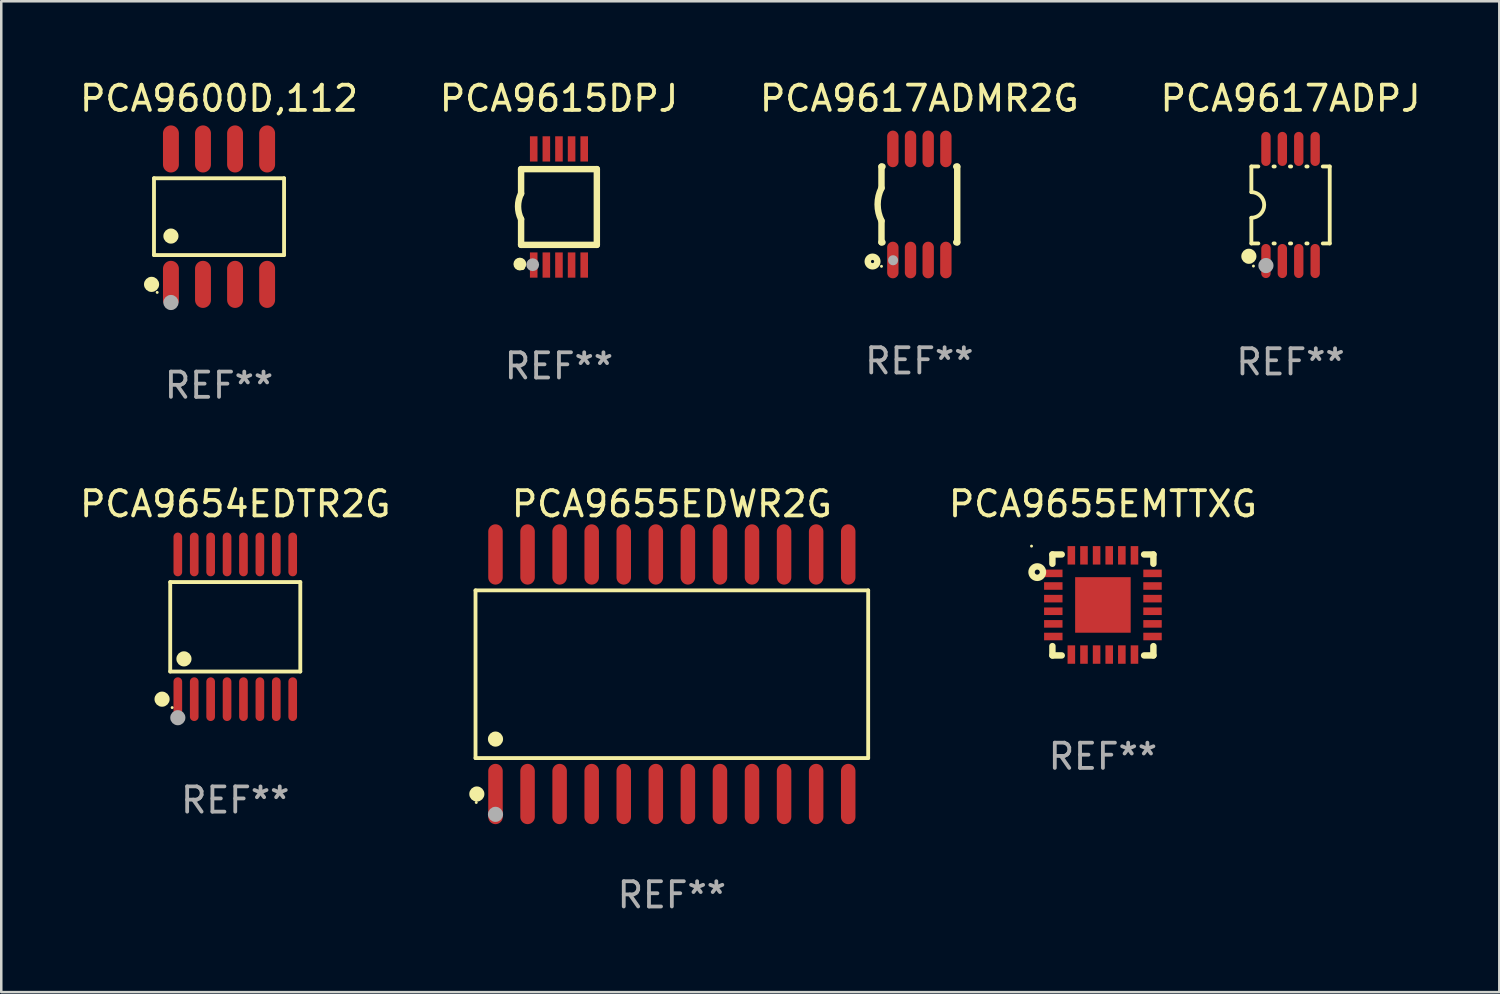
<source format=kicad_pcb>
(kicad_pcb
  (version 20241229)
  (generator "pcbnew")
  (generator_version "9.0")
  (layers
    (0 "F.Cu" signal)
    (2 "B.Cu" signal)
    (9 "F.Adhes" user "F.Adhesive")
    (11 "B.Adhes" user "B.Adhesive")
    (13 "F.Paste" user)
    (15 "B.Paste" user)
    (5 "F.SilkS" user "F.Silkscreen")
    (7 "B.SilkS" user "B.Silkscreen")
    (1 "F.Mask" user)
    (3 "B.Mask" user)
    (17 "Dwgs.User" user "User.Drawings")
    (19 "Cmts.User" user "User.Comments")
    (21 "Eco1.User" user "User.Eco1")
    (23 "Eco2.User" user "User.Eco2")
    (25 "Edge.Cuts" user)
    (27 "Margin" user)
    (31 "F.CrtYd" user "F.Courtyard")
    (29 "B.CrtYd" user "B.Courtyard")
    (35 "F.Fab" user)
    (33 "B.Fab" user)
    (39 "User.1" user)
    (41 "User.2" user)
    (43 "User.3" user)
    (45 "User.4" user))
  (footprint "PCA9600D,112"
    (layer "F.Cu")
    (at 5.625 5.531)
    (property "Reference" "PCA9600D,112" (at 0 -4.682 0) (layer "F.SilkS") (effects (font (size 1 1) (thickness 0.15))))
    (attr through_hole)
    (fp_line (start -2.576 -1.521) (end 2.576 -1.521) (stroke (width 0.152) (type solid)) (layer "F.SilkS"))
    (fp_line (start -2.576 1.521) (end -2.576 -1.521) (stroke (width 0.152) (type solid)) (layer "F.SilkS"))
    (fp_line (start 2.576 -1.521) (end 2.576 1.521) (stroke (width 0.152) (type solid)) (layer "F.SilkS"))
    (fp_line (start 2.576 1.521) (end -2.576 1.521) (stroke (width 0.152) (type solid)) (layer "F.SilkS"))
    (fp_circle (center -2.672 2.682) (end -2.522 2.682) (stroke (width 0.3) (type solid)) (fill no) (layer "F.SilkS"))
    (fp_circle (center -2.45 3) (end -2.42 3) (stroke (width 0.06) (type solid)) (fill no) (layer "F.SilkS"))
    (fp_circle (center -1.905 0.769) (end -1.755 0.769) (stroke (width 0.3) (type solid)) (fill no) (layer "F.SilkS"))
    (fp_circle (center -1.905 3.4) (end -1.755 3.4) (stroke (width 0.3) (type solid)) (fill no) (layer "F.Fab"))
    (fp_text user "REF**" (at 0 6.682 0) (layer "F.Fab") (effects (font (size 1 1) (thickness 0.15))))
    (pad "1" smd oval (at -1.905 2.682) (size 0.63 1.865) (layers "F.Cu" "F.Mask" "F.Paste"))
    (pad "2" smd oval (at -0.635 2.682) (size 0.63 1.865) (layers "F.Cu" "F.Mask" "F.Paste"))
    (pad "3" smd oval (at 0.635 2.682) (size 0.63 1.865) (layers "F.Cu" "F.Mask" "F.Paste"))
    (pad "4" smd oval (at 1.905 2.682) (size 0.63 1.865) (layers "F.Cu" "F.Mask" "F.Paste"))
    (pad "5" smd oval (at 1.905 -2.682) (size 0.63 1.865) (layers "F.Cu" "F.Mask" "F.Paste"))
    (pad "6" smd oval (at 0.635 -2.682) (size 0.63 1.865) (layers "F.Cu" "F.Mask" "F.Paste"))
    (pad "7" smd oval (at -0.635 -2.682) (size 0.63 1.865) (layers "F.Cu" "F.Mask" "F.Paste"))
    (pad "8" smd oval (at -1.905 -2.682) (size 0.63 1.865) (layers "F.Cu" "F.Mask" "F.Paste")))
  (footprint "PCA9654EDTR2G"
    (layer "F.Cu")
    (at 6.268 21.776)
    (property "Reference" "PCA9654EDTR2G" (at 0 -4.866 0) (layer "F.SilkS") (effects (font (size 1 1) (thickness 0.15))))
    (attr through_hole)
    (fp_line (start -2.576 -1.772) (end 2.576 -1.772) (stroke (width 0.152) (type solid)) (layer "F.SilkS"))
    (fp_line (start -2.576 1.771) (end -2.576 -1.772) (stroke (width 0.152) (type solid)) (layer "F.SilkS"))
    (fp_line (start 2.576 -1.772) (end 2.576 1.771) (stroke (width 0.152) (type solid)) (layer "F.SilkS"))
    (fp_line (start 2.576 1.771) (end -2.576 1.771) (stroke (width 0.152) (type solid)) (layer "F.SilkS"))
    (fp_circle (center -2.899 2.866) (end -2.749 2.866) (stroke (width 0.3) (type solid)) (fill no) (layer "F.SilkS"))
    (fp_circle (center -2.5 3.2) (end -2.47 3.2) (stroke (width 0.06) (type solid)) (fill no) (layer "F.SilkS"))
    (fp_circle (center -2.032 1.27) (end -1.882 1.27) (stroke (width 0.3) (type solid)) (fill no) (layer "F.SilkS"))
    (fp_circle (center -2.275 3.6) (end -2.125 3.6) (stroke (width 0.3) (type solid)) (fill no) (layer "F.Fab"))
    (fp_text user "REF**" (at 0 6.866 0) (layer "F.Fab") (effects (font (size 1 1) (thickness 0.15))))
    (pad "1" smd oval (at -2.275 2.866) (size 0.343 1.731) (layers "F.Cu" "F.Mask" "F.Paste"))
    (pad "2" smd oval (at -1.625 2.866) (size 0.343 1.731) (layers "F.Cu" "F.Mask" "F.Paste"))
    (pad "3" smd oval (at -0.975 2.866) (size 0.343 1.731) (layers "F.Cu" "F.Mask" "F.Paste"))
    (pad "4" smd oval (at -0.325 2.866) (size 0.343 1.731) (layers "F.Cu" "F.Mask" "F.Paste"))
    (pad "5" smd oval (at 0.325 2.866) (size 0.343 1.731) (layers "F.Cu" "F.Mask" "F.Paste"))
    (pad "6" smd oval (at 0.975 2.866) (size 0.343 1.731) (layers "F.Cu" "F.Mask" "F.Paste"))
    (pad "7" smd oval (at 1.625 2.866) (size 0.343 1.731) (layers "F.Cu" "F.Mask" "F.Paste"))
    (pad "8" smd oval (at 2.275 2.866) (size 0.343 1.731) (layers "F.Cu" "F.Mask" "F.Paste"))
    (pad "9" smd oval (at 2.275 -2.866) (size 0.343 1.731) (layers "F.Cu" "F.Mask" "F.Paste"))
    (pad "10" smd oval (at 1.625 -2.866) (size 0.343 1.731) (layers "F.Cu" "F.Mask" "F.Paste"))
    (pad "11" smd oval (at 0.975 -2.866) (size 0.343 1.731) (layers "F.Cu" "F.Mask" "F.Paste"))
    (pad "12" smd oval (at 0.325 -2.866) (size 0.343 1.731) (layers "F.Cu" "F.Mask" "F.Paste"))
    (pad "13" smd oval (at -0.325 -2.866) (size 0.343 1.731) (layers "F.Cu" "F.Mask" "F.Paste"))
    (pad "14" smd oval (at -0.975 -2.866) (size 0.343 1.731) (layers "F.Cu" "F.Mask" "F.Paste"))
    (pad "15" smd oval (at -1.625 -2.866) (size 0.343 1.731) (layers "F.Cu" "F.Mask" "F.Paste"))
    (pad "16" smd oval (at -2.275 -2.866) (size 0.343 1.731) (layers "F.Cu" "F.Mask" "F.Paste")))
  (footprint "PCA9655EDWR2G"
    (layer "F.Cu")
    (at 23.56 23.654)
    (property "Reference" "PCA9655EDWR2G" (at 0 -6.744 0) (layer "F.SilkS") (effects (font (size 1 1) (thickness 0.15))))
    (attr through_hole)
    (fp_line (start -7.776 -3.321) (end 7.776 -3.321) (stroke (width 0.152) (type solid)) (layer "F.SilkS"))
    (fp_line (start -7.776 3.321) (end -7.776 -3.321) (stroke (width 0.152) (type solid)) (layer "F.SilkS"))
    (fp_line (start 7.776 -3.321) (end 7.776 3.321) (stroke (width 0.152) (type solid)) (layer "F.SilkS"))
    (fp_line (start 7.776 3.321) (end -7.776 3.321) (stroke (width 0.152) (type solid)) (layer "F.SilkS"))
    (fp_circle (center -7.747 5.08) (end -7.717 5.08) (stroke (width 0.06) (type solid)) (fill no) (layer "F.SilkS"))
    (fp_circle (center -7.724 4.744) (end -7.574 4.744) (stroke (width 0.3) (type solid)) (fill no) (layer "F.SilkS"))
    (fp_circle (center -6.985 2.569) (end -6.835 2.569) (stroke (width 0.3) (type solid)) (fill no) (layer "F.SilkS"))
    (fp_circle (center -6.985 5.55) (end -6.835 5.55) (stroke (width 0.3) (type solid)) (fill no) (layer "F.Fab"))
    (fp_text user "REF**" (at 0 8.744 0) (layer "F.Fab") (effects (font (size 1 1) (thickness 0.15))))
    (pad "1" smd oval (at -6.985 4.744) (size 0.574 2.388) (layers "F.Cu" "F.Mask" "F.Paste"))
    (pad "2" smd oval (at -5.715 4.744) (size 0.574 2.388) (layers "F.Cu" "F.Mask" "F.Paste"))
    (pad "3" smd oval (at -4.445 4.744) (size 0.574 2.388) (layers "F.Cu" "F.Mask" "F.Paste"))
    (pad "4" smd oval (at -3.175 4.744) (size 0.574 2.388) (layers "F.Cu" "F.Mask" "F.Paste"))
    (pad "5" smd oval (at -1.905 4.744) (size 0.574 2.388) (layers "F.Cu" "F.Mask" "F.Paste"))
    (pad "6" smd oval (at -0.635 4.744) (size 0.574 2.388) (layers "F.Cu" "F.Mask" "F.Paste"))
    (pad "7" smd oval (at 0.635 4.744) (size 0.574 2.388) (layers "F.Cu" "F.Mask" "F.Paste"))
    (pad "8" smd oval (at 1.905 4.744) (size 0.574 2.388) (layers "F.Cu" "F.Mask" "F.Paste"))
    (pad "9" smd oval (at 3.175 4.744) (size 0.574 2.388) (layers "F.Cu" "F.Mask" "F.Paste"))
    (pad "10" smd oval (at 4.445 4.744) (size 0.574 2.388) (layers "F.Cu" "F.Mask" "F.Paste"))
    (pad "11" smd oval (at 5.715 4.744) (size 0.574 2.388) (layers "F.Cu" "F.Mask" "F.Paste"))
    (pad "12" smd oval (at 6.985 4.744) (size 0.574 2.388) (layers "F.Cu" "F.Mask" "F.Paste"))
    (pad "13" smd oval (at 6.985 -4.744) (size 0.574 2.388) (layers "F.Cu" "F.Mask" "F.Paste"))
    (pad "14" smd oval (at 5.715 -4.744) (size 0.574 2.388) (layers "F.Cu" "F.Mask" "F.Paste"))
    (pad "15" smd oval (at 4.445 -4.744) (size 0.574 2.388) (layers "F.Cu" "F.Mask" "F.Paste"))
    (pad "16" smd oval (at 3.175 -4.744) (size 0.574 2.388) (layers "F.Cu" "F.Mask" "F.Paste"))
    (pad "17" smd oval (at 1.905 -4.744) (size 0.574 2.388) (layers "F.Cu" "F.Mask" "F.Paste"))
    (pad "18" smd oval (at 0.635 -4.744) (size 0.574 2.388) (layers "F.Cu" "F.Mask" "F.Paste"))
    (pad "19" smd oval (at -0.635 -4.744) (size 0.574 2.388) (layers "F.Cu" "F.Mask" "F.Paste"))
    (pad "20" smd oval (at -1.905 -4.744) (size 0.574 2.388) (layers "F.Cu" "F.Mask" "F.Paste"))
    (pad "21" smd oval (at -3.175 -4.744) (size 0.574 2.388) (layers "F.Cu" "F.Mask" "F.Paste"))
    (pad "22" smd oval (at -4.445 -4.744) (size 0.574 2.388) (layers "F.Cu" "F.Mask" "F.Paste"))
    (pad "23" smd oval (at -5.715 -4.744) (size 0.574 2.388) (layers "F.Cu" "F.Mask" "F.Paste"))
    (pad "24" smd oval (at -6.985 -4.744) (size 0.574 2.388) (layers "F.Cu" "F.Mask" "F.Paste")))
  (footprint "PCA9617ADPJ"
    (layer "F.Cu")
    (at 48.065 5.068)
    (property "Reference" "PCA9617ADPJ" (at 0 -4.22 0) (layer "F.SilkS") (effects (font (size 1 1) (thickness 0.15))))
    (attr through_hole)
    (fp_line (start -1.552 -1.524) (end -1.276 -1.524) (stroke (width 0.152) (type solid)) (layer "F.SilkS"))
    (fp_line (start -1.552 -0.508) (end -1.552 -1.524) (stroke (width 0.152) (type solid)) (layer "F.SilkS"))
    (fp_line (start -1.552 1.524) (end -1.552 0.508) (stroke (width 0.152) (type solid)) (layer "F.SilkS"))
    (fp_line (start -1.552 1.524) (end -1.276 1.524) (stroke (width 0.152) (type solid)) (layer "F.SilkS"))
    (fp_line (start -0.674 -1.524) (end -0.626 -1.524) (stroke (width 0.152) (type solid)) (layer "F.SilkS"))
    (fp_line (start -0.674 1.524) (end -0.626 1.524) (stroke (width 0.152) (type solid)) (layer "F.SilkS"))
    (fp_line (start -0.024 -1.524) (end 0.024 -1.524) (stroke (width 0.152) (type solid)) (layer "F.SilkS"))
    (fp_line (start -0.024 1.524) (end 0.024 1.524) (stroke (width 0.152) (type solid)) (layer "F.SilkS"))
    (fp_line (start 0.626 -1.524) (end 0.674 -1.524) (stroke (width 0.152) (type solid)) (layer "F.SilkS"))
    (fp_line (start 0.626 1.524) (end 0.674 1.524) (stroke (width 0.152) (type solid)) (layer "F.SilkS"))
    (fp_line (start 1.276 1.524) (end 1.552 1.524) (stroke (width 0.152) (type solid)) (layer "F.SilkS"))
    (fp_line (start 1.276 -1.524) (end 1.552 -1.524) (stroke (width 0.152) (type solid)) (layer "F.SilkS"))
    (fp_line (start 1.552 -1.524) (end 1.552 1.524) (stroke (width 0.152) (type solid)) (layer "F.SilkS"))
    (fp_arc (start -1.551943 -0.508001) (mid -1.043942 0) (end -1.551943 0.508001) (stroke (width 0.151994) (type solid)) (layer "F.SilkS"))
    (fp_circle (center -1.651 2.032) (end -1.501 2.032) (stroke (width 0.3) (type solid)) (fill no) (layer "F.SilkS"))
    (fp_circle (center -1.47 2.42) (end -1.44 2.42) (stroke (width 0.06) (type solid)) (fill no) (layer "F.SilkS"))
    (fp_circle (center -0.975 2.4) (end -0.825 2.4) (stroke (width 0.3) (type solid)) (fill no) (layer "F.Fab"))
    (fp_text user "REF**" (at 0 6.22 0) (layer "F.Fab") (effects (font (size 1 1) (thickness 0.15))))
    (pad "1" smd oval (at -0.975 2.22) (size 0.37 1.35) (layers "F.Cu" "F.Mask" "F.Paste"))
    (pad "2" smd oval (at -0.325 2.22) (size 0.37 1.35) (layers "F.Cu" "F.Mask" "F.Paste"))
    (pad "3" smd oval (at 0.325 2.22) (size 0.37 1.35) (layers "F.Cu" "F.Mask" "F.Paste"))
    (pad "4" smd oval (at 0.975 2.22) (size 0.37 1.35) (layers "F.Cu" "F.Mask" "F.Paste"))
    (pad "5" smd oval (at 0.975 -2.22) (size 0.37 1.35) (layers "F.Cu" "F.Mask" "F.Paste"))
    (pad "6" smd oval (at 0.325 -2.22) (size 0.37 1.35) (layers "F.Cu" "F.Mask" "F.Paste"))
    (pad "7" smd oval (at -0.325 -2.22) (size 0.37 1.35) (layers "F.Cu" "F.Mask" "F.Paste"))
    (pad "8" smd oval (at -0.975 -2.22) (size 0.37 1.35) (layers "F.Cu" "F.Mask" "F.Paste")))
  (footprint "PCA9655EMTTXG"
    (layer "F.Cu")
    (at 40.633 20.91)
    (property "Reference" "PCA9655EMTTXG" (at 0 -4 0) (layer "F.SilkS") (effects (font (size 1 1) (thickness 0.15))))
    (attr through_hole)
    (fp_line (start -2 -2) (end -1.631 -2) (stroke (width 0.254) (type solid)) (layer "F.SilkS"))
    (fp_line (start -2 -1.631) (end -2 -2) (stroke (width 0.254) (type solid)) (layer "F.SilkS"))
    (fp_line (start -2 2) (end -2 1.631) (stroke (width 0.254) (type solid)) (layer "F.SilkS"))
    (fp_line (start -1.631 2) (end -2 2) (stroke (width 0.254) (type solid)) (layer "F.SilkS"))
    (fp_line (start 1.631 -2) (end 2 -2) (stroke (width 0.254) (type solid)) (layer "F.SilkS"))
    (fp_line (start 2 -2) (end 2 -1.631) (stroke (width 0.254) (type solid)) (layer "F.SilkS"))
    (fp_line (start 2 1.631) (end 2 2) (stroke (width 0.254) (type solid)) (layer "F.SilkS"))
    (fp_line (start 2 2) (end 1.631 2) (stroke (width 0.254) (type solid)) (layer "F.SilkS"))
    (fp_circle (center -2.827 -2.33) (end -2.797 -2.33) (stroke (width 0.06) (type solid)) (fill no) (layer "F.SilkS"))
    (fp_circle (center -2.6 -1.3) (end -2.5 -1.3) (stroke (width 0.254) (type solid)) (fill no) (layer "F.SilkS"))
    (fp_text user "REF**" (at 0 6 0) (layer "F.Fab") (effects (font (size 1 1) (thickness 0.15))))
    (pad "1" smd rect (at -1.965 -1.25) (size 0.73 0.3) (layers "F.Cu" "F.Mask" "F.Paste"))
    (pad "2" smd rect (at -1.965 -0.75) (size 0.73 0.3) (layers "F.Cu" "F.Mask" "F.Paste"))
    (pad "3" smd rect (at -1.965 -0.25) (size 0.73 0.3) (layers "F.Cu" "F.Mask" "F.Paste"))
    (pad "4" smd rect (at -1.965 0.25) (size 0.73 0.3) (layers "F.Cu" "F.Mask" "F.Paste"))
    (pad "5" smd rect (at -1.965 0.75) (size 0.73 0.3) (layers "F.Cu" "F.Mask" "F.Paste"))
    (pad "6" smd rect (at -1.965 1.25) (size 0.73 0.3) (layers "F.Cu" "F.Mask" "F.Paste"))
    (pad "7" smd rect (at -1.25 1.965) (size 0.3 0.73) (layers "F.Cu" "F.Mask" "F.Paste"))
    (pad "8" smd rect (at -0.75 1.965) (size 0.3 0.73) (layers "F.Cu" "F.Mask" "F.Paste"))
    (pad "9" smd rect (at -0.25 1.965) (size 0.3 0.73) (layers "F.Cu" "F.Mask" "F.Paste"))
    (pad "10" smd rect (at 0.25 1.965) (size 0.3 0.73) (layers "F.Cu" "F.Mask" "F.Paste"))
    (pad "11" smd rect (at 0.75 1.965) (size 0.3 0.73) (layers "F.Cu" "F.Mask" "F.Paste"))
    (pad "12" smd rect (at 1.25 1.965) (size 0.3 0.73) (layers "F.Cu" "F.Mask" "F.Paste"))
    (pad "13" smd rect (at 1.965 1.25) (size 0.73 0.3) (layers "F.Cu" "F.Mask" "F.Paste"))
    (pad "14" smd rect (at 1.965 0.75) (size 0.73 0.3) (layers "F.Cu" "F.Mask" "F.Paste"))
    (pad "15" smd rect (at 1.965 0.25) (size 0.73 0.3) (layers "F.Cu" "F.Mask" "F.Paste"))
    (pad "16" smd rect (at 1.965 -0.25) (size 0.73 0.3) (layers "F.Cu" "F.Mask" "F.Paste"))
    (pad "17" smd rect (at 1.965 -0.75) (size 0.73 0.3) (layers "F.Cu" "F.Mask" "F.Paste"))
    (pad "18" smd rect (at 1.965 -1.25) (size 0.73 0.3) (layers "F.Cu" "F.Mask" "F.Paste"))
    (pad "19" smd rect (at 1.25 -1.965) (size 0.3 0.73) (layers "F.Cu" "F.Mask" "F.Paste"))
    (pad "20" smd rect (at 0.75 -1.965) (size 0.3 0.73) (layers "F.Cu" "F.Mask" "F.Paste"))
    (pad "21" smd rect (at 0.25 -1.965) (size 0.3 0.73) (layers "F.Cu" "F.Mask" "F.Paste"))
    (pad "22" smd rect (at -0.25 -1.965) (size 0.3 0.73) (layers "F.Cu" "F.Mask" "F.Paste"))
    (pad "23" smd rect (at -0.75 -1.965) (size 0.3 0.73) (layers "F.Cu" "F.Mask" "F.Paste"))
    (pad "24" smd rect (at -1.25 -1.965) (size 0.3 0.73) (layers "F.Cu" "F.Mask" "F.Paste"))
    (pad "25" smd rect (at 0 0) (size 2.2 2.2) (layers "F.Cu" "F.Mask" "F.Paste")))
  (footprint "PCA9615DPJ"
    (layer "F.Cu")
    (at 19.089 5.148)
    (property "Reference" "PCA9615DPJ" (at 0 -4.3 0) (layer "F.SilkS") (effects (font (size 1 1) (thickness 0.15))))
    (attr through_hole)
    (fp_line (start -1.5 -1.5) (end -1.5 -0.533) (stroke (width 0.254) (type solid)) (layer "F.SilkS"))
    (fp_line (start -1.5 -1.5) (end 1.5 -1.5) (stroke (width 0.254) (type solid)) (layer "F.SilkS"))
    (fp_line (start -1.5 1.5) (end -1.5 0.483) (stroke (width 0.254) (type solid)) (layer "F.SilkS"))
    (fp_line (start -1.5 1.5) (end 1.5 1.5) (stroke (width 0.254) (type solid)) (layer "F.SilkS"))
    (fp_line (start 1.5 1.5) (end 1.5 -1.5) (stroke (width 0.254) (type solid)) (layer "F.SilkS"))
    (fp_arc (start -1.501015 0.483109) (mid -1.620651 -0.025266) (end -1.5 -0.533401) (stroke (width 0.254001) (type solid)) (layer "F.SilkS"))
    (fp_circle (center -1.549 2.261) (end -1.422 2.261) (stroke (width 0.254) (type solid)) (fill no) (layer "F.SilkS"))
    (fp_circle (center -1.45 2.4) (end -1.4 2.4) (stroke (width 0.1) (type solid)) (fill no) (layer "F.SilkS"))
    (fp_circle (center -1.041 2.286) (end -0.914 2.286) (stroke (width 0.254) (type solid)) (fill no) (layer "F.Fab"))
    (fp_text user "REF**" (at 0 6.3 0) (layer "F.Fab") (effects (font (size 1 1) (thickness 0.15))))
    (pad "1" smd rect (at -1 2.3 90) (size 1 0.3) (layers "F.Cu" "F.Mask" "F.Paste"))
    (pad "2" smd rect (at -0.5 2.3 90) (size 1 0.3) (layers "F.Cu" "F.Mask" "F.Paste"))
    (pad "3" smd rect (at 0.000127 2.3 90) (size 1 0.3) (layers "F.Cu" "F.Mask" "F.Paste"))
    (pad "4" smd rect (at 0.5 2.3 90) (size 1 0.3) (layers "F.Cu" "F.Mask" "F.Paste"))
    (pad "5" smd rect (at 1 2.3 90) (size 1 0.3) (layers "F.Cu" "F.Mask" "F.Paste"))
    (pad "6" smd rect (at 1 -2.3 270) (size 1 0.3) (layers "F.Cu" "F.Mask" "F.Paste"))
    (pad "7" smd rect (at 0.5 -2.3 90) (size 1 0.3) (layers "F.Cu" "F.Mask" "F.Paste"))
    (pad "8" smd rect (at 0.000127 -2.3 90) (size 1 0.3) (layers "F.Cu" "F.Mask" "F.Paste"))
    (pad "9" smd rect (at -0.5 -2.3 90) (size 1 0.3) (layers "F.Cu" "F.Mask" "F.Paste"))
    (pad "10" smd rect (at -1 -2.3 90) (size 1 0.3) (layers "F.Cu" "F.Mask" "F.Paste")))
  (footprint "PCA9617ADMR2G"
    (layer "F.Cu")
    (at 33.363 5.048)
    (property "Reference" "PCA9617ADMR2G" (at 0 -4.2 0) (layer "F.SilkS") (effects (font (size 1 1) (thickness 0.15))))
    (attr through_hole)
    (fp_line (start -1.5 -1.5) (end -1.5 -0.65) (stroke (width 0.254) (type solid)) (layer "F.SilkS"))
    (fp_line (start -1.5 -1.5) (end -1.46 -1.5) (stroke (width 0.254) (type solid)) (layer "F.SilkS"))
    (fp_line (start -1.5 1.5) (end -1.5 0.65) (stroke (width 0.254) (type solid)) (layer "F.SilkS"))
    (fp_line (start -1.5 1.5) (end -1.46 1.5) (stroke (width 0.254) (type solid)) (layer "F.SilkS"))
    (fp_line (start 1.46 -1.5) (end 1.5 -1.5) (stroke (width 0.254) (type solid)) (layer "F.SilkS"))
    (fp_line (start 1.46 1.5) (end 1.5 1.5) (stroke (width 0.254) (type solid)) (layer "F.SilkS"))
    (fp_line (start 1.5 -1.5) (end 1.5 1.5) (stroke (width 0.254) (type solid)) (layer "F.SilkS"))
    (fp_arc (start -1.499898 0.648844) (mid -1.653254 -0.000623) (end -1.5 -0.650114) (stroke (width 0.254001) (type solid)) (layer "F.SilkS"))
    (fp_circle (center -1.854 2.26) (end -1.664 2.26) (stroke (width 0.254) (type solid)) (fill no) (layer "F.SilkS"))
    (fp_circle (center -1.5 2.45) (end -1.47 2.45) (stroke (width 0.06) (type solid)) (fill no) (layer "F.SilkS"))
    (fp_circle (center -1.041 2.21) (end -0.941 2.21) (stroke (width 0.2) (type solid)) (fill no) (layer "F.Fab"))
    (fp_text user "REF**" (at 0 6.2 0) (layer "F.Fab") (effects (font (size 1 1) (thickness 0.15))))
    (pad "1" smd oval (at -1.05 2.2 180) (size 0.45 1.45) (layers "F.Cu" "F.Mask" "F.Paste"))
    (pad "2" smd oval (at -0.35 2.2 180) (size 0.45 1.45) (layers "F.Cu" "F.Mask" "F.Paste"))
    (pad "3" smd oval (at 0.35 2.2 180) (size 0.45 1.45) (layers "F.Cu" "F.Mask" "F.Paste"))
    (pad "4" smd oval (at 1.05 2.2 180) (size 0.45 1.45) (layers "F.Cu" "F.Mask" "F.Paste"))
    (pad "5" smd oval (at 1.05 -2.2 180) (size 0.45 1.45) (layers "F.Cu" "F.Mask" "F.Paste"))
    (pad "6" smd oval (at 0.35 -2.2 180) (size 0.45 1.45) (layers "F.Cu" "F.Mask" "F.Paste"))
    (pad "7" smd oval (at -0.35 -2.2 180) (size 0.45 1.45) (layers "F.Cu" "F.Mask" "F.Paste"))
    (pad "8" smd oval (at -1.05 -2.2 180) (size 0.45 1.45) (layers "F.Cu" "F.Mask" "F.Paste")))
  (gr_rect
    (start -3 -3)
    (end 56.333 36.246)
    (stroke (width 0.1) (type default))
    (fill no)
    (layer "Edge.Cuts")))
</source>
